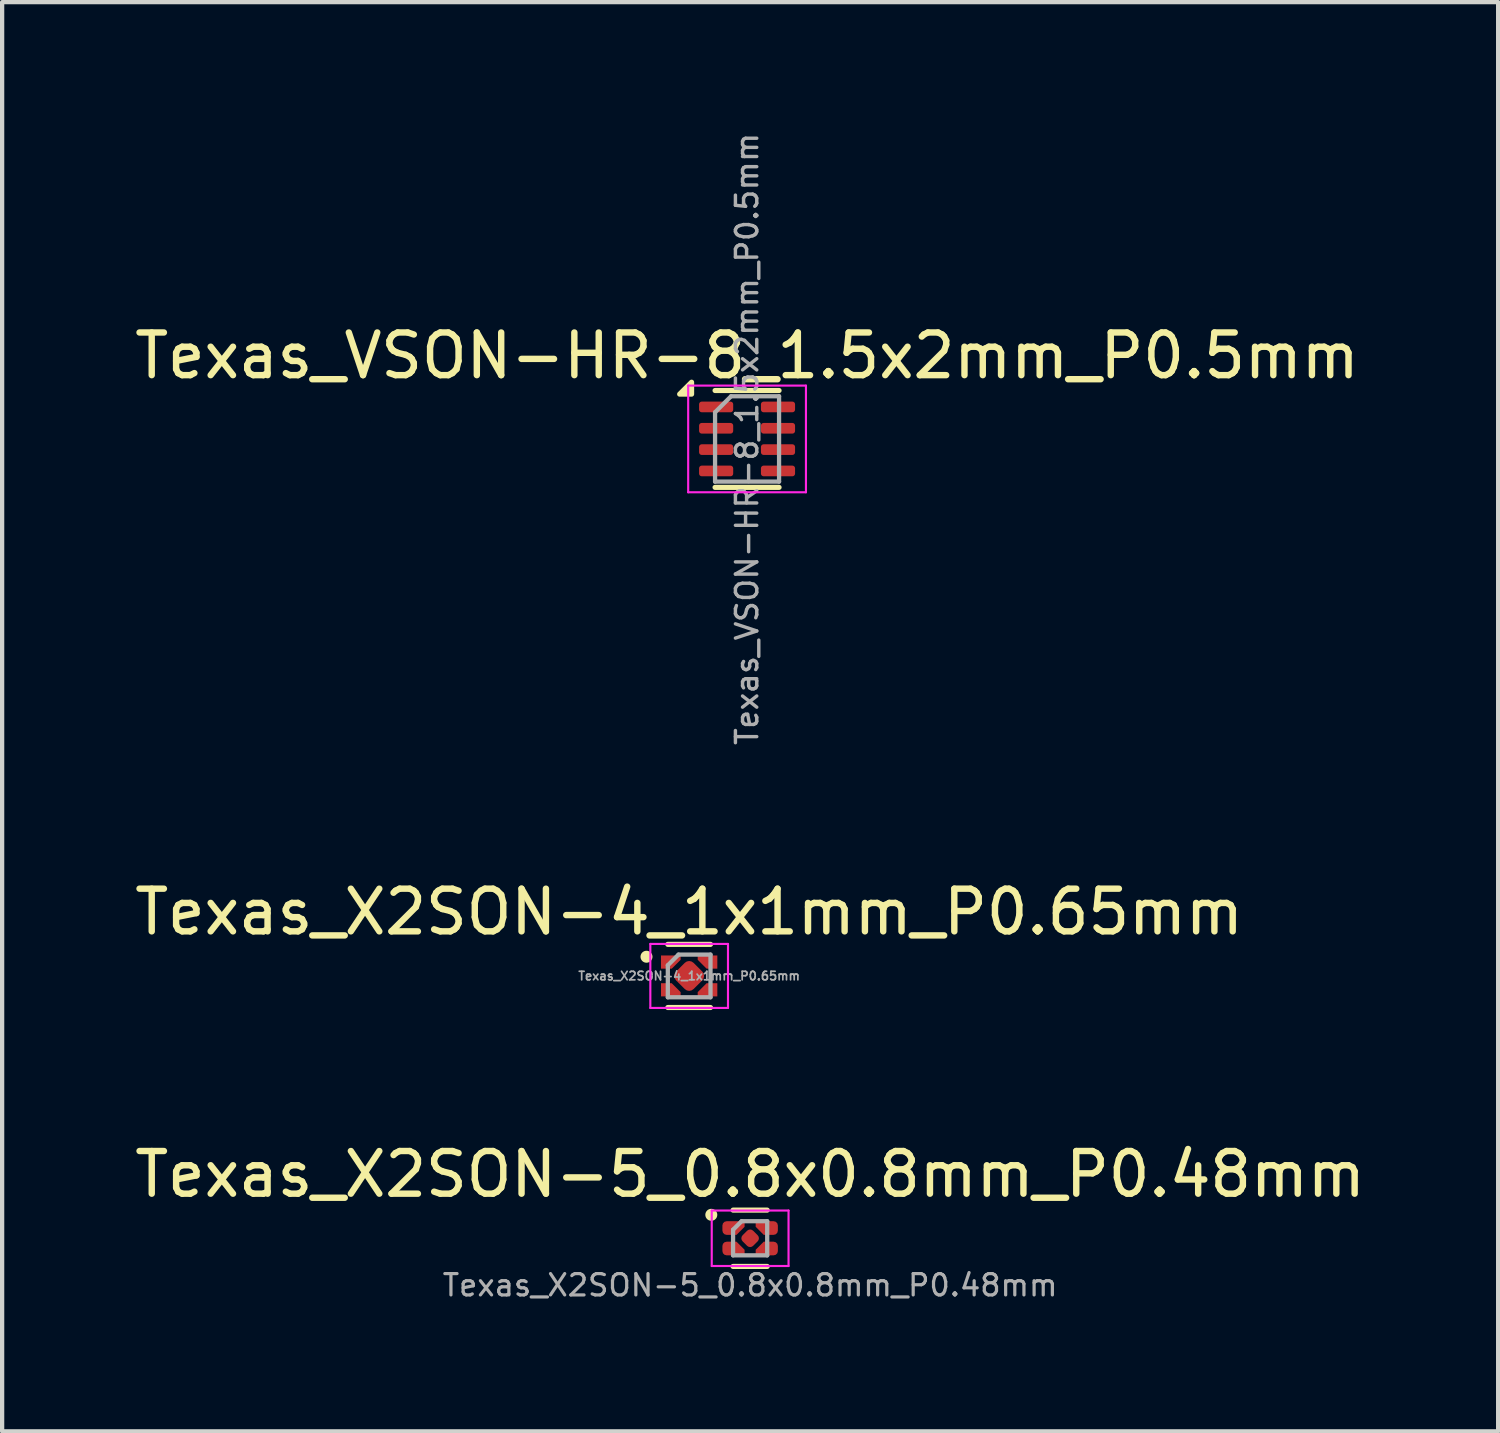
<source format=kicad_pcb>
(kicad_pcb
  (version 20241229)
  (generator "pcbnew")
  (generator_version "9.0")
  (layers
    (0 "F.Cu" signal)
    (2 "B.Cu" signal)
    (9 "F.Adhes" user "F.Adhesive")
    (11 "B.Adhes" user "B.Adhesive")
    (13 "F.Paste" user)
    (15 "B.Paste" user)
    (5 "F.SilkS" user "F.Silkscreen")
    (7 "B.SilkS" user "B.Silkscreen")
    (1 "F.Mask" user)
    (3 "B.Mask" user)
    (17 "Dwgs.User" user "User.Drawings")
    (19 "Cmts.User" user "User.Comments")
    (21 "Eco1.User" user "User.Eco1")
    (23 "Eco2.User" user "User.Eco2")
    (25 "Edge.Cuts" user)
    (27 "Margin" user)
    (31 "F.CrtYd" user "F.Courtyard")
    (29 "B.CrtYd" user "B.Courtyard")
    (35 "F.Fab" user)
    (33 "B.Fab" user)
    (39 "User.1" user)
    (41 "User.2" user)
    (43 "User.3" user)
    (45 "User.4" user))
  (footprint "Texas_X2SON-4_1x1mm_P0.65mm"
    (layer "F.Cu")
    (at 13.101 19.822)
    (property "Reference" "Texas_X2SON-4_1x1mm_P0.65mm" (at 0 -1.5 0) (layer "F.SilkS") (effects (font (size 1 1) (thickness 0.15))))
    (attr smd)
    (fp_line (start -0.5 -0.74) (end 0.5 -0.74) (stroke (width 0.12) (type solid)) (layer "F.SilkS"))
    (fp_line (start -0.5 0.74) (end 0.5 0.74) (stroke (width 0.12) (type solid)) (layer "F.SilkS"))
    (fp_circle (center -1 -0.45) (end -0.86 -0.46) (stroke (width 0) (type solid)) (fill yes) (layer "F.SilkS"))
    (fp_line (start -0.91 -0.75) (end 0.91 -0.75) (stroke (width 0.05) (type solid)) (layer "F.CrtYd"))
    (fp_line (start -0.91 0.75) (end -0.91 -0.75) (stroke (width 0.05) (type solid)) (layer "F.CrtYd"))
    (fp_line (start 0.91 -0.75) (end 0.91 0.75) (stroke (width 0.05) (type solid)) (layer "F.CrtYd"))
    (fp_line (start 0.91 0.75) (end -0.91 0.75) (stroke (width 0.05) (type solid)) (layer "F.CrtYd"))
    (fp_line (start -0.5 -0.25) (end -0.25 -0.5) (stroke (width 0.1) (type solid)) (layer "F.Fab"))
    (fp_line (start -0.5 0.5) (end -0.5 -0.25) (stroke (width 0.1) (type solid)) (layer "F.Fab"))
    (fp_line (start -0.25 -0.5) (end 0.5 -0.5) (stroke (width 0.1) (type solid)) (layer "F.Fab"))
    (fp_line (start 0.5 -0.5) (end 0.5 0.5) (stroke (width 0.1) (type solid)) (layer "F.Fab"))
    (fp_line (start 0.5 0.5) (end -0.5 0.5) (stroke (width 0.1) (type solid)) (layer "F.Fab"))
    (fp_text user "${REFERENCE}" (at 0 0 0) (layer "F.Fab") (effects (font (size 0.2 0.2) (thickness 0.04))))
    (pad "" smd custom (at -0.43 -0.325) (size 0.148 0.148) (layers "F.Mask") (options (anchor circle)) (primitives (gr_poly (pts (xy 0.18 -0.075) (xy 0 0.105) (xy -0.18 0.105) (xy -0.18 -0.105) (xy 0.18 -0.105)) (width 0) (fill yes))))
    (pad "" smd custom (at -0.43 -0.325) (size 0.148 0.148) (layers "F.Paste") (options (anchor circle)) (primitives (gr_poly (pts (xy 0.18 -0.075) (xy 0 0.105) (xy -0.22 0.105) (xy -0.22 -0.105) (xy 0.18 -0.105)) (width 0) (fill yes))))
    (pad "" smd custom (at -0.43 0.325) (size 0.148 0.148) (layers "F.Mask") (options (anchor circle)) (primitives (gr_poly (pts (xy 0.18 0.075) (xy 0.18 0.105) (xy -0.18 0.105) (xy -0.18 -0.105) (xy 0 -0.105)) (width 0) (fill yes))))
    (pad "" smd custom (at -0.43 0.325) (size 0.148 0.148) (layers "F.Paste") (options (anchor circle)) (primitives (gr_poly (pts (xy 0.18 0.075) (xy 0.18 0.105) (xy -0.22 0.105) (xy -0.22 -0.105) (xy 0 -0.105)) (width 0) (fill yes))))
    (pad "" smd custom (at 0.43 -0.325) (size 0.148 0.148) (layers "F.Mask") (options (anchor circle)) (primitives (gr_poly (pts (xy 0.18 0.105) (xy 0 0.105) (xy -0.18 -0.075) (xy -0.18 -0.105) (xy 0.18 -0.105)) (width 0) (fill yes))))
    (pad "" smd custom (at 0.43 -0.325) (size 0.148 0.148) (layers "F.Paste") (options (anchor circle)) (primitives (gr_poly (pts (xy 0.22 0.105) (xy 0 0.105) (xy -0.18 -0.075) (xy -0.18 -0.105) (xy 0.22 -0.105)) (width 0) (fill yes))))
    (pad "" smd custom (at 0.43 0.325) (size 0.148 0.148) (layers "F.Mask") (options (anchor circle)) (primitives (gr_poly (pts (xy 0.18 0.105) (xy -0.18 0.105) (xy -0.18 0.075) (xy 0 -0.105) (xy 0.18 -0.105)) (width 0) (fill yes))))
    (pad "" smd custom (at 0.43 0.325) (size 0.148 0.148) (layers "F.Paste") (options (anchor circle)) (primitives (gr_poly (pts (xy 0.22 0.105) (xy -0.18 0.105) (xy -0.18 0.075) (xy 0 -0.105) (xy 0.22 -0.105)) (width 0) (fill yes))))
    (pad "1" smd custom (at -0.43 -0.325) (size 0.148 0.148) (layers "F.Cu") (options (anchor circle)) (primitives (gr_poly (pts (xy 0.23 -0.054) (xy 0.021 0.155) (xy -0.23 0.155) (xy -0.23 -0.155) (xy 0.23 -0.155)) (width 0) (fill yes))))
    (pad "2" smd custom (at -0.43 0.325) (size 0.148 0.148) (layers "F.Cu") (options (anchor circle)) (primitives (gr_poly (pts (xy 0.23 0.054) (xy 0.23 0.155) (xy -0.23 0.155) (xy -0.23 -0.155) (xy 0.021 -0.155)) (width 0) (fill yes))))
    (pad "3" smd custom (at 0.43 0.325) (size 0.148 0.148) (layers "F.Cu") (options (anchor circle)) (primitives (gr_poly (pts (xy 0.23 0.155) (xy -0.23 0.155) (xy -0.23 0.054) (xy -0.021 -0.155) (xy 0.23 -0.155)) (width 0) (fill yes))))
    (pad "4" smd custom (at 0.43 -0.325) (size 0.148 0.148) (layers "F.Cu") (options (anchor circle)) (primitives (gr_poly (pts (xy 0.23 0.155) (xy -0.021 0.155) (xy -0.23 -0.054) (xy -0.23 -0.155) (xy 0.23 -0.155)) (width 0) (fill yes))))
    (pad "5" smd roundrect (at 0 0 45) (size 0.58 0.58) (layers "F.Cu" "F.Mask" "F.Paste") (roundrect_rratio 0.25)))
  (footprint "Texas_X2SON-5_0.8x0.8mm_P0.48mm"
    (layer "F.Cu")
    (at 14.53 25.97)
    (property "Reference" "Texas_X2SON-5_0.8x0.8mm_P0.48mm" (at 0 -1.5 0) (layer "F.SilkS") (effects (font (size 1 1) (thickness 0.15))))
    (attr smd)
    (fp_line (start -0.4 -0.66) (end 0.4 -0.66) (stroke (width 0.12) (type solid)) (layer "F.SilkS"))
    (fp_line (start -0.4 0.66) (end 0.4 0.66) (stroke (width 0.12) (type solid)) (layer "F.SilkS"))
    (fp_circle (center -0.91 -0.55) (end -0.77 -0.56) (stroke (width 0) (type solid)) (fill yes) (layer "F.SilkS"))
    (fp_line (start -0.9 -0.65) (end 0.9 -0.65) (stroke (width 0.05) (type solid)) (layer "F.CrtYd"))
    (fp_line (start -0.9 0.65) (end -0.9 -0.65) (stroke (width 0.05) (type solid)) (layer "F.CrtYd"))
    (fp_line (start 0.9 -0.65) (end 0.9 0.65) (stroke (width 0.05) (type solid)) (layer "F.CrtYd"))
    (fp_line (start 0.9 0.65) (end -0.9 0.65) (stroke (width 0.05) (type solid)) (layer "F.CrtYd"))
    (fp_line (start -0.4 -0.2) (end -0.2 -0.4) (stroke (width 0.1) (type solid)) (layer "F.Fab"))
    (fp_line (start -0.4 0.4) (end -0.4 -0.2) (stroke (width 0.1) (type solid)) (layer "F.Fab"))
    (fp_line (start -0.2 -0.4) (end 0.4 -0.4) (stroke (width 0.1) (type solid)) (layer "F.Fab"))
    (fp_line (start 0.4 -0.4) (end 0.4 0.4) (stroke (width 0.1) (type solid)) (layer "F.Fab"))
    (fp_line (start 0.4 0.4) (end -0.4 0.4) (stroke (width 0.1) (type solid)) (layer "F.Fab"))
    (fp_text user "${REFERENCE}" (at 0 1.1 0) (unlocked yes) (layer "F.Fab") (effects (font (size 0.5 0.5) (thickness 0.075))))
    (pad "" smd custom (at -0.39 -0.24) (size 0.15 0.15) (layers "F.Mask" "F.Paste") (options (anchor circle)) (primitives (gr_poly (pts (xy 0.05 0.11) (xy 0.21 -0.05) (xy 0.21 -0.11) (xy -0.16 -0.11) (xy -0.195 -0.095) (xy -0.21 -0.06) (xy -0.21 0.06) (xy -0.195 0.095) (xy -0.16 0.11)) (width 0) (fill yes))))
    (pad "" smd custom (at -0.39 0.24) (size 0.05 0.05) (layers "F.Mask" "F.Paste") (options (anchor circle)) (primitives (gr_poly (pts (xy -0.16 -0.11) (xy 0.05 -0.11) (xy 0.21 0.05) (xy 0.21 0.11) (xy -0.16 0.11) (xy -0.195 0.095) (xy -0.21 0.06) (xy -0.21 -0.06) (xy -0.195 -0.095)) (width 0) (fill yes))))
    (pad "" smd custom (at 0.39 -0.24) (size 0.05 0.05) (layers "F.Mask" "F.Paste") (options (anchor circle)) (primitives (gr_poly (pts (xy 0.16 0.11) (xy -0.05 0.11) (xy -0.21 -0.05) (xy -0.21 -0.11) (xy 0.16 -0.11) (xy 0.195 -0.095) (xy 0.21 -0.06) (xy 0.21 0.06) (xy 0.195 0.095)) (width 0) (fill yes))))
    (pad "" smd custom (at 0.39 0.24) (size 0.15 0.15) (layers "F.Paste") (options (anchor circle)) (primitives (gr_poly (pts (xy -0.05 -0.11) (xy -0.21 0.05) (xy -0.21 0.11) (xy 0.16 0.11) (xy 0.195 0.095) (xy 0.21 0.06) (xy 0.21 -0.06) (xy 0.195 -0.095) (xy 0.16 -0.11)) (width 0) (fill yes))))
    (pad "1" smd custom (at -0.39 -0.24) (size 0.15 0.15) (layers "F.Cu" "F.Mask") (options (anchor circle)) (primitives (gr_poly (pts (xy 0.071 0.16) (xy 0.26 -0.029) (xy 0.26 -0.16) (xy -0.16 -0.16) (xy -0.21 -0.147) (xy -0.247 -0.11) (xy -0.26 -0.06) (xy -0.26 0.06) (xy -0.247 0.11) (xy -0.21 0.147) (xy -0.16 0.16)) (width 0) (fill yes))))
    (pad "2" smd custom (at -0.39 0.24) (size 0.05 0.05) (layers "F.Cu" "F.Mask") (options (anchor circle)) (primitives (gr_poly (pts (xy -0.21 -0.147) (xy -0.16 -0.16) (xy 0.071 -0.16) (xy 0.26 0.029) (xy 0.26 0.16) (xy -0.16 0.16) (xy -0.21 0.147) (xy -0.247 0.11) (xy -0.26 0.06) (xy -0.26 -0.06) (xy -0.247 -0.11)) (width 0) (fill yes))))
    (pad "3" smd roundrect (at 0 0 45) (size 0.35 0.35) (layers "F.Cu" "F.Mask" "F.Paste") (roundrect_rratio 0.286))
    (pad "4" smd custom (at 0.39 0.24) (size 0.15 0.15) (layers "F.Cu" "F.Mask") (options (anchor circle)) (primitives (gr_poly (pts (xy -0.071 -0.16) (xy -0.26 0.029) (xy -0.26 0.16) (xy 0.16 0.16) (xy 0.21 0.147) (xy 0.247 0.11) (xy 0.26 0.06) (xy 0.26 -0.06) (xy 0.247 -0.11) (xy 0.21 -0.147) (xy 0.16 -0.16)) (width 0) (fill yes))))
    (pad "5" smd custom (at 0.39 -0.24) (size 0.05 0.05) (layers "F.Cu" "F.Mask") (options (anchor circle)) (primitives (gr_poly (pts (xy 0.21 0.147) (xy 0.16 0.16) (xy -0.071 0.16) (xy -0.26 -0.029) (xy -0.26 -0.16) (xy 0.16 -0.16) (xy 0.21 -0.147) (xy 0.247 -0.11) (xy 0.26 -0.06) (xy 0.26 0.06) (xy 0.247 0.11)) (width 0) (fill yes)))))
  (footprint "Texas_VSON-HR-8_1.5x2mm_P0.5mm"
    (layer "F.Cu")
    (at 14.458 7.237)
    (property "Reference" "Texas_VSON-HR-8_1.5x2mm_P0.5mm" (at 0 -1.95 0) (layer "F.SilkS") (effects (font (size 1 1) (thickness 0.15))))
    (attr smd)
    (fp_line (start -0.75 -1.135) (end 0.75 -1.135) (stroke (width 0.12) (type solid)) (layer "F.SilkS"))
    (fp_line (start -0.75 1.135) (end 0.75 1.135) (stroke (width 0.12) (type solid)) (layer "F.SilkS"))
    (fp_poly (pts (xy -1.3 -1.05) (xy -1.58 -1.05) (xy -1.3 -1.33) (xy -1.3 -1.05)) (stroke (width 0.12) (type solid)) (fill yes) (layer "F.SilkS"))
    (fp_line (start -1.38 -1.25) (end -1.38 1.25) (stroke (width 0.05) (type solid)) (layer "F.CrtYd"))
    (fp_line (start -1.38 1.25) (end 1.38 1.25) (stroke (width 0.05) (type solid)) (layer "F.CrtYd"))
    (fp_line (start 1.38 -1.25) (end -1.38 -1.25) (stroke (width 0.05) (type solid)) (layer "F.CrtYd"))
    (fp_line (start 1.38 1.25) (end 1.38 -1.25) (stroke (width 0.05) (type solid)) (layer "F.CrtYd"))
    (fp_line (start -0.75 -0.625) (end -0.375 -1) (stroke (width 0.1) (type solid)) (layer "F.Fab"))
    (fp_line (start -0.75 1) (end -0.75 -0.625) (stroke (width 0.1) (type solid)) (layer "F.Fab"))
    (fp_line (start -0.375 -1) (end 0.75 -1) (stroke (width 0.1) (type solid)) (layer "F.Fab"))
    (fp_line (start 0.75 -1) (end 0.75 1) (stroke (width 0.1) (type solid)) (layer "F.Fab"))
    (fp_line (start 0.75 1) (end -0.75 1) (stroke (width 0.1) (type solid)) (layer "F.Fab"))
    (fp_text user "${REFERENCE}" (at 0 0 90) (layer "F.Fab") (effects (font (size 0.5 0.5) (thickness 0.08))))
    (pad "1" smd roundrect (at -0.725 -0.75) (size 0.8 0.25) (layers "F.Cu" "F.Mask" "F.Paste") (roundrect_rratio 0.25))
    (pad "2" smd roundrect (at -0.725 -0.25) (size 0.8 0.25) (layers "F.Cu" "F.Mask" "F.Paste") (roundrect_rratio 0.25))
    (pad "3" smd roundrect (at -0.725 0.25) (size 0.8 0.25) (layers "F.Cu" "F.Mask" "F.Paste") (roundrect_rratio 0.25))
    (pad "4" smd roundrect (at -0.725 0.75) (size 0.8 0.25) (layers "F.Cu" "F.Mask" "F.Paste") (roundrect_rratio 0.25))
    (pad "5" smd roundrect (at 0.725 0.75) (size 0.8 0.25) (layers "F.Cu" "F.Mask" "F.Paste") (roundrect_rratio 0.25))
    (pad "6" smd roundrect (at 0.725 0.25) (size 0.8 0.25) (layers "F.Cu" "F.Mask" "F.Paste") (roundrect_rratio 0.25))
    (pad "7" smd roundrect (at 0.725 -0.25) (size 0.8 0.25) (layers "F.Cu" "F.Mask" "F.Paste") (roundrect_rratio 0.25))
    (pad "8" smd roundrect (at 0.725 -0.75) (size 0.8 0.25) (layers "F.Cu" "F.Mask" "F.Paste") (roundrect_rratio 0.25)))
  (gr_rect
    (start -3 -3)
    (end 32.06 30.494)
    (stroke (width 0.1) (type default))
    (fill no)
    (layer "Edge.Cuts")))
</source>
